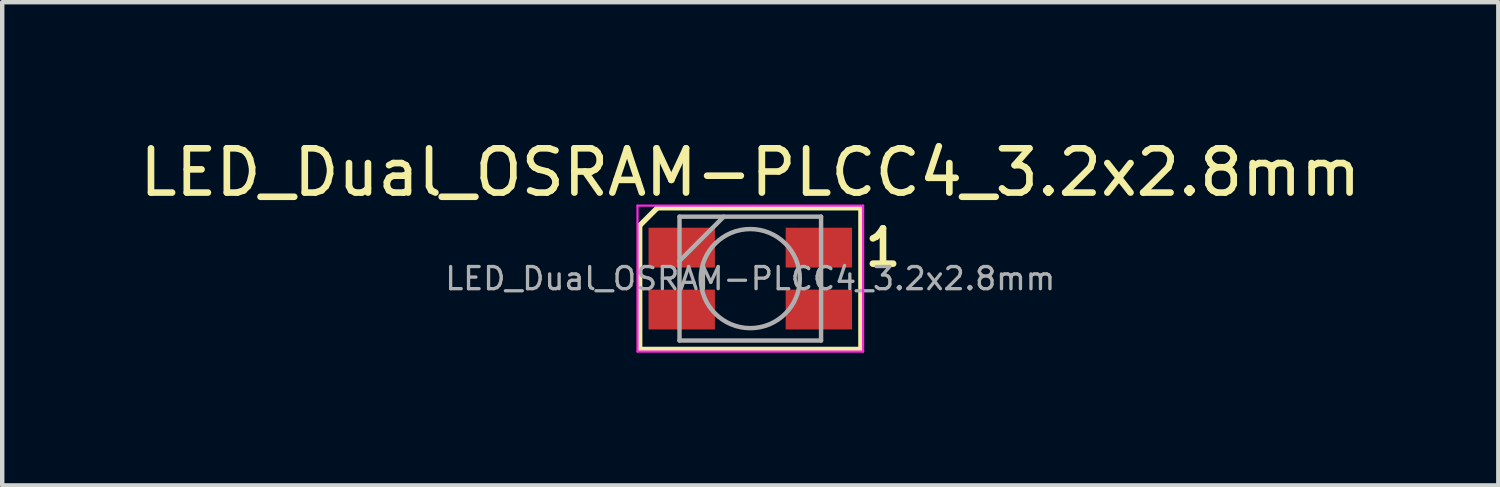
<source format=kicad_pcb>
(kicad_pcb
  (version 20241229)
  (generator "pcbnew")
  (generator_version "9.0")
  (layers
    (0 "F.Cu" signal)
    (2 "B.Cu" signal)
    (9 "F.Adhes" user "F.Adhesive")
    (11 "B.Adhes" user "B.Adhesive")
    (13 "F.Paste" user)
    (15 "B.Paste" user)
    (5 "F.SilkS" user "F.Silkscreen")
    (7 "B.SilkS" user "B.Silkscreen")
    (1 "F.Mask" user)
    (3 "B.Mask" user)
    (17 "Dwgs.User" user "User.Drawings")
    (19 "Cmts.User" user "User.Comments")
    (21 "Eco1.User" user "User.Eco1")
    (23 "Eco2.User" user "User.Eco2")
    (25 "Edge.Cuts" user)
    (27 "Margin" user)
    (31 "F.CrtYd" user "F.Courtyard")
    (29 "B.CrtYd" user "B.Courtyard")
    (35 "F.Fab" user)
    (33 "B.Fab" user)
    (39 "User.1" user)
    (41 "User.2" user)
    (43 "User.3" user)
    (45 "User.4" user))
  (footprint "LED_Dual_OSRAM-PLCC4_3.2x2.8mm"
    (layer "F.Cu")
    (at 13.911 3.248)
    (property "Reference" "LED_Dual_OSRAM-PLCC4_3.2x2.8mm" (at 0 -2.4 0) (layer "F.SilkS") (effects (font (size 1 1) (thickness 0.15))))
    (attr smd)
    (fp_line (start -2.5 -1.2) (end -2.1 -1.6) (stroke (width 0.12) (type default)) (layer "F.SilkS"))
    (fp_line (start -2.5 1.6) (end -2.5 -1.2) (stroke (width 0.12) (type solid)) (layer "F.SilkS"))
    (fp_line (start -2.5 1.6) (end 2.5 1.6) (stroke (width 0.12) (type solid)) (layer "F.SilkS"))
    (fp_line (start -2.1 -1.6) (end 2.5 -1.6) (stroke (width 0.12) (type solid)) (layer "F.SilkS"))
    (fp_line (start 2.5 1.6) (end 2.5 -1.6) (stroke (width 0.12) (type solid)) (layer "F.SilkS"))
    (fp_line (start -2.55 -1.65) (end -2.55 1.65) (stroke (width 0.05) (type solid)) (layer "F.CrtYd"))
    (fp_line (start -2.55 1.65) (end 2.55 1.65) (stroke (width 0.05) (type solid)) (layer "F.CrtYd"))
    (fp_line (start 2.55 -1.65) (end -2.55 -1.65) (stroke (width 0.05) (type solid)) (layer "F.CrtYd"))
    (fp_line (start 2.55 1.65) (end 2.55 -1.65) (stroke (width 0.05) (type solid)) (layer "F.CrtYd"))
    (fp_line (start -1.6 -1.4) (end -1.6 1.4) (stroke (width 0.1) (type solid)) (layer "F.Fab"))
    (fp_line (start -1.6 1.4) (end 1.6 1.4) (stroke (width 0.1) (type solid)) (layer "F.Fab"))
    (fp_line (start -0.6 -1.4) (end -1.6 -0.4) (stroke (width 0.1) (type solid)) (layer "F.Fab"))
    (fp_line (start 1.6 -1.4) (end -1.6 -1.4) (stroke (width 0.1) (type solid)) (layer "F.Fab"))
    (fp_line (start 1.6 1.4) (end 1.6 -1.4) (stroke (width 0.1) (type solid)) (layer "F.Fab"))
    (fp_circle (center 0 0) (end 1.12 0) (stroke (width 0.1) (type solid)) (fill no) (layer "F.Fab"))
    (fp_text user "1" (at 3 -0.7 0) (unlocked yes) (layer "F.SilkS") (effects (font (size 0.8 0.8) (thickness 0.15))))
    (fp_text user "${REFERENCE}" (at 0 0 0) (layer "F.Fab") (effects (font (size 0.5 0.5) (thickness 0.075))))
    (pad "1" smd rect (at -1.55 -0.7) (size 1.5 0.9) (layers "F.Cu" "F.Mask" "F.Paste"))
    (pad "2" smd rect (at 1.55 -0.7) (size 1.5 0.9) (layers "F.Cu" "F.Mask" "F.Paste"))
    (pad "3" smd rect (at 1.55 0.7) (size 1.5 0.9) (layers "F.Cu" "F.Mask" "F.Paste"))
    (pad "4" smd rect (at -1.55 0.7) (size 1.5 0.9) (layers "F.Cu" "F.Mask" "F.Paste")))
  (gr_rect
    (start -3 -3)
    (end 30.821 7.923)
    (stroke (width 0.1) (type default))
    (fill no)
    (layer "Edge.Cuts")))
</source>
